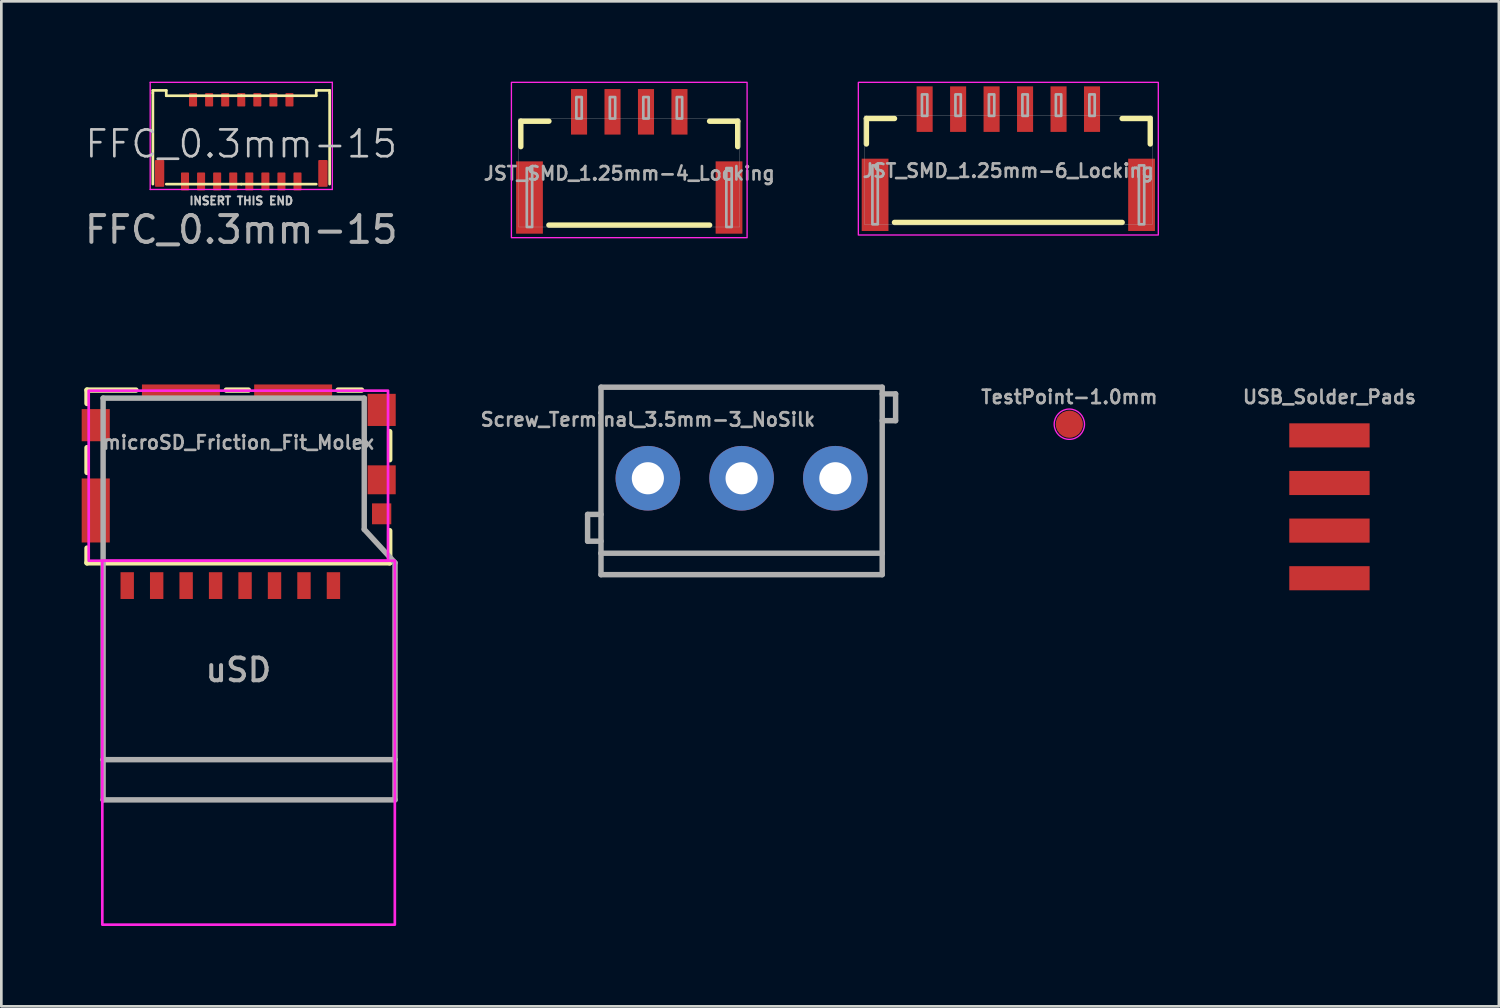
<source format=kicad_pcb>
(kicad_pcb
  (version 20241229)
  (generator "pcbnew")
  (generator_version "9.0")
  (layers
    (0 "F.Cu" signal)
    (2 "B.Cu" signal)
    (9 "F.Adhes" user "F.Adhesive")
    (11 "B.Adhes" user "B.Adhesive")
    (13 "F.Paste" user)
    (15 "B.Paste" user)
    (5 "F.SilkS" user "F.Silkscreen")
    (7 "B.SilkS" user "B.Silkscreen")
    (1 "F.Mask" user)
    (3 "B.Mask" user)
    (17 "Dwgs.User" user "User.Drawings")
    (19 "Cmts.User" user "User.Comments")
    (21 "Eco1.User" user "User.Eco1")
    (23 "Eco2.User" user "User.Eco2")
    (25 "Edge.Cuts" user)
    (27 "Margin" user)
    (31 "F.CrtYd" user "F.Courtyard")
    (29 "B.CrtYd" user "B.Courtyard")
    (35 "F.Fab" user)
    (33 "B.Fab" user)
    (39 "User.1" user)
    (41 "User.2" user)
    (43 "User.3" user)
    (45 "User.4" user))
  (footprint "Screw_Terminal_3.5mm-3_NoSilk"
    (layer "F.Cu")
    (at 21.14 14.807)
    (property "Reference" "Screw_Terminal_3.5mm-3_NoSilk" (at 0 -1.9 0) (layer "F.Fab") (effects (font (size 0.5 0.5) (thickness 0.1)) (justify bottom)))
    (fp_line (start -2.25 1.35) (end -2.25 2.35) (stroke (width 0.203) (type solid)) (layer "F.Fab"))
    (fp_line (start -2.25 2.35) (end -1.75 2.35) (stroke (width 0.203) (type solid)) (layer "F.Fab"))
    (fp_line (start -1.75 -3.4) (end 8.75 -3.4) (stroke (width 0.203) (type solid)) (layer "F.Fab"))
    (fp_line (start -1.75 1.35) (end -2.25 1.35) (stroke (width 0.203) (type solid)) (layer "F.Fab"))
    (fp_line (start -1.75 2.8) (end -1.75 -3.4) (stroke (width 0.203) (type solid)) (layer "F.Fab"))
    (fp_line (start -1.75 3.6) (end -1.75 2.8) (stroke (width 0.203) (type solid)) (layer "F.Fab"))
    (fp_line (start 8.75 -3.4) (end 8.75 2.8) (stroke (width 0.203) (type solid)) (layer "F.Fab"))
    (fp_line (start 8.75 -3.15) (end 9.25 -3.15) (stroke (width 0.203) (type solid)) (layer "F.Fab"))
    (fp_line (start 8.75 2.8) (end -1.75 2.8) (stroke (width 0.203) (type solid)) (layer "F.Fab"))
    (fp_line (start 8.75 2.8) (end 8.75 3.6) (stroke (width 0.203) (type solid)) (layer "F.Fab"))
    (fp_line (start 8.75 3.6) (end -1.75 3.6) (stroke (width 0.203) (type solid)) (layer "F.Fab"))
    (fp_line (start 9.25 -3.15) (end 9.25 -2.15) (stroke (width 0.203) (type solid)) (layer "F.Fab"))
    (fp_line (start 9.25 -2.15) (end 8.75 -2.15) (stroke (width 0.203) (type solid)) (layer "F.Fab"))
    (pad "1" thru_hole circle (at 0 0) (size 2.413 2.413) (drill 1.2) (layers "*.Cu" "*.Mask"))
    (pad "2" thru_hole circle (at 3.5 0) (size 2.413 2.413) (drill 1.2) (layers "*.Cu" "*.Mask"))
    (pad "3" thru_hole circle (at 7 0) (size 2.413 2.413) (drill 1.2) (layers "*.Cu" "*.Mask")))
  (footprint "microSD_Friction_Fit_Molex"
    (layer "F.Cu")
    (at 5.85 14.965)
    (property "Reference" "microSD_Friction_Fit_Molex" (at 0 -1.2 0) (layer "F.Fab") (effects (font (size 0.5 0.5) (thickness 0.1) (bold yes)) (justify bottom)))
    (fp_line (start -5.65 -3.45) (end -3.825 -3.45) (stroke (width 0.203) (type solid)) (layer "F.SilkS"))
    (fp_line (start -5.65 -2.95) (end -5.65 -3.45) (stroke (width 0.203) (type solid)) (layer "F.SilkS"))
    (fp_line (start -5.65 -0.375) (end -5.65 -1.3) (stroke (width 0.203) (type solid)) (layer "F.SilkS"))
    (fp_line (start -5.65 2.45) (end -5.65 3) (stroke (width 0.203) (type solid)) (layer "F.SilkS"))
    (fp_line (start -5.65 3) (end 5.65 3) (stroke (width 0.203) (type solid)) (layer "F.SilkS"))
    (fp_line (start 0.375 -3.45) (end -0.45 -3.45) (stroke (width 0.203) (type solid)) (layer "F.SilkS"))
    (fp_line (start 4.6 -3.45) (end 3.725 -3.45) (stroke (width 0.203) (type solid)) (layer "F.SilkS"))
    (fp_line (start 5.65 -0.85) (end 5.65 -1.9) (stroke (width 0.203) (type solid)) (layer "F.SilkS"))
    (fp_line (start 5.65 3) (end 5.65 1.8) (stroke (width 0.203) (type solid)) (layer "F.SilkS"))
    (fp_poly (pts (xy -5.588 2.921) (xy 5.588 2.921) (xy 5.588 -3.429) (xy -5.588 -3.429)) (stroke (width 0.1) (type solid)) (fill no) (layer "F.CrtYd"))
    (fp_poly (pts (xy -5.08 16.51) (xy 5.842 16.51) (xy 5.842 2.921) (xy -5.08 2.921)) (stroke (width 0.1) (type solid)) (fill no) (layer "F.CrtYd"))
    (fp_line (start -5.05 -3.15) (end -5.05 10.35) (stroke (width 0.203) (type solid)) (layer "F.Fab"))
    (fp_line (start -5.05 10.35) (end -5.05 11.85) (stroke (width 0.203) (type solid)) (layer "F.Fab"))
    (fp_line (start -5.05 10.35) (end 5.85 10.35) (stroke (width 0.203) (type solid)) (layer "F.Fab"))
    (fp_line (start -5.05 11.85) (end 5.85 11.85) (stroke (width 0.203) (type solid)) (layer "F.Fab"))
    (fp_line (start 4.7 -3.15) (end -5.05 -3.15) (stroke (width 0.203) (type solid)) (layer "F.Fab"))
    (fp_line (start 4.7 1.75) (end 4.7 -3.15) (stroke (width 0.203) (type solid)) (layer "F.Fab"))
    (fp_line (start 5.85 3) (end 4.7 1.75) (stroke (width 0.203) (type solid)) (layer "F.Fab"))
    (fp_line (start 5.85 10.35) (end 5.85 3) (stroke (width 0.203) (type solid)) (layer "F.Fab"))
    (fp_line (start 5.85 11.85) (end 5.85 10.35) (stroke (width 0.203) (type solid)) (layer "F.Fab"))
    (fp_text user "uSD" (at 0 7 0) (layer "F.Fab") (effects (font (size 0.85 0.85) (thickness 0.15))))
    (pad "1" smd rect (at 3.55 3.85 90) (size 1 0.5) (layers "F.Cu" "F.Mask" "F.Paste"))
    (pad "2" smd rect (at 2.45 3.85 90) (size 1 0.5) (layers "F.Cu" "F.Mask" "F.Paste"))
    (pad "3" smd rect (at 1.35 3.85 90) (size 1 0.5) (layers "F.Cu" "F.Mask" "F.Paste"))
    (pad "4" smd rect (at 0.25 3.85 90) (size 1 0.5) (layers "F.Cu" "F.Mask" "F.Paste"))
    (pad "5" smd rect (at -0.85 3.85 90) (size 1 0.5) (layers "F.Cu" "F.Mask" "F.Paste"))
    (pad "6" smd rect (at -1.95 3.85 90) (size 1 0.5) (layers "F.Cu" "F.Mask" "F.Paste"))
    (pad "7" smd rect (at -3.05 3.85 90) (size 1 0.5) (layers "F.Cu" "F.Mask" "F.Paste"))
    (pad "8" smd rect (at -4.15 3.85 90) (size 1 0.5) (layers "F.Cu" "F.Mask" "F.Paste"))
    (pad "9" smd rect (at 5.35 1.17 180) (size 0.72 0.78) (layers "F.Cu" "F.Mask" "F.Paste"))
    (pad "10" smd rect (at -5.325 -2.14 90) (size 1.2 1.05) (layers "F.Cu" "F.Mask" "F.Paste"))
    (pad "10" smd rect (at -5.325 1.045 90) (size 2.39 1.05) (layers "F.Cu" "F.Mask" "F.Paste"))
    (pad "10" smd rect (at -2.145 -3.385) (size 2.91 0.55) (layers "F.Cu" "F.Mask" "F.Paste"))
    (pad "10" smd rect (at 2.045 -3.385) (size 2.91 0.55) (layers "F.Cu" "F.Mask" "F.Paste"))
    (pad "10" smd rect (at 5.35 -2.71 90) (size 1.2 1.05) (layers "F.Cu" "F.Mask" "F.Paste"))
    (pad "10" smd rect (at 5.35 -0.1 90) (size 1.08 1.05) (layers "F.Cu" "F.Mask" "F.Paste"))
    (zone (net_name "") (layer "F.Cu") (hatch edge 0.5) (connect_pads) (min_thickness 0.25) (filled_areas_thickness no) (keepout (tracks not_allowed) (vias not_allowed) (pads not_allowed) (copperpour not_allowed) (footprints allowed)) (placement (enabled no)) (fill) (polygon (pts (xy 1.366 16.949) (xy 9.902 16.949) (xy 9.902 13.039) (xy 1.366 13.039))))
    (zone (net_name "") (layer "F.Cu") (hatch edge 0.5) (connect_pads) (min_thickness 0.25) (filled_areas_thickness no) (keepout (tracks not_allowed) (vias not_allowed) (pads not_allowed) (copperpour not_allowed) (footprints allowed)) (placement (enabled no)) (fill) (polygon (pts (xy 1.366 16.949) (xy 9.902 16.949) (xy 9.902 13.039) (xy 1.366 13.039)))))
  (footprint "TestPoint-1.0mm"
    (layer "F.Cu")
    (at 36.877 12.789)
    (property "Reference" "TestPoint-1.0mm" (at 0 -1.016 0) (layer "F.Fab") (effects (font (size 0.5 0.5) (thickness 0.1) (bold yes))))
    (fp_circle (center 0 0) (end -0.4 0.4) (stroke (width 0.05) (type default)) (fill no) (layer "F.CrtYd"))
    (pad "1" smd roundrect (at 0 0) (size 1.016 1.016) (layers "F.Cu" "F.Mask") (roundrect_rratio 0.5)))
  (footprint "JST_SMD_1.25mm-4_Locking"
    (layer "F.Cu")
    (at 20.445 4.425)
    (property "Reference" "JST_SMD_1.25mm-4_Locking" (at 0 -1 0) (layer "F.Fab") (effects (font (size 0.5 0.5) (thickness 0.1))))
    (fp_line (start -4.05 -2.95) (end -3 -2.95) (stroke (width 0.203) (type solid)) (layer "F.SilkS"))
    (fp_line (start -4.05 -2) (end -4.05 -2.95) (stroke (width 0.203) (type solid)) (layer "F.SilkS"))
    (fp_line (start -3 0.93) (end 3 0.93) (stroke (width 0.203) (type solid)) (layer "F.SilkS"))
    (fp_line (start 3 -2.95) (end 4.05 -2.95) (stroke (width 0.203) (type solid)) (layer "F.SilkS"))
    (fp_line (start 4.05 -2) (end 4.05 -2.95) (stroke (width 0.203) (type solid)) (layer "F.SilkS"))
    (fp_rect (start 4.4 1.4) (end -4.4 -4.4) (stroke (width 0.05) (type default)) (fill no) (layer "F.CrtYd"))
    (fp_line (start -4.125 -3.05) (end 4.125 -3.05) (stroke (width 0.01) (type solid)) (layer "F.Fab"))
    (fp_line (start -4.125 1) (end -4.125 -3.05) (stroke (width 0.01) (type solid)) (layer "F.Fab"))
    (fp_line (start 4.125 -3.05) (end 4.125 1) (stroke (width 0.01) (type solid)) (layer "F.Fab"))
    (fp_line (start 4.125 1) (end -4.125 1) (stroke (width 0.01) (type solid)) (layer "F.Fab"))
    (fp_poly (pts (xy -3.825 1) (xy -3.625 1) (xy -3.625 -1.2) (xy -3.825 -1.2)) (stroke (width 0.1) (type default)) (fill no) (layer "F.Fab"))
    (fp_poly (pts (xy -1.975 -3.05) (xy -1.775 -3.05) (xy -1.775 -3.85) (xy -1.975 -3.85)) (stroke (width 0.1) (type default)) (fill no) (layer "F.Fab"))
    (fp_poly (pts (xy -0.725 -3.05) (xy -0.525 -3.05) (xy -0.525 -3.85) (xy -0.725 -3.85)) (stroke (width 0.1) (type default)) (fill no) (layer "F.Fab"))
    (fp_poly (pts (xy 0.525 -3.05) (xy 0.725 -3.05) (xy 0.725 -3.85) (xy 0.525 -3.85)) (stroke (width 0.1) (type default)) (fill no) (layer "F.Fab"))
    (fp_poly (pts (xy 1.775 -3.05) (xy 1.975 -3.05) (xy 1.975 -3.85) (xy 1.775 -3.85)) (stroke (width 0.1) (type default)) (fill no) (layer "F.Fab"))
    (fp_poly (pts (xy 3.625 1) (xy 3.825 1) (xy 3.825 -1.2) (xy 3.625 -1.2)) (stroke (width 0.1) (type default)) (fill no) (layer "F.Fab"))
    (pad "1" smd rect (at -1.875 -3.3 180) (size 0.6 1.7) (layers "F.Cu" "F.Mask" "F.Paste"))
    (pad "2" smd rect (at -0.625 -3.3 180) (size 0.6 1.7) (layers "F.Cu" "F.Mask" "F.Paste"))
    (pad "3" smd rect (at 0.625 -3.3 180) (size 0.6 1.7) (layers "F.Cu" "F.Mask" "F.Paste"))
    (pad "4" smd rect (at 1.875 -3.3 180) (size 0.6 1.7) (layers "F.Cu" "F.Mask" "F.Paste"))
    (pad "NC1" smd rect (at 3.725 -0.1 270) (size 2.7 1) (layers "F.Cu" "F.Mask" "F.Paste"))
    (pad "NC2" smd rect (at -3.725 -0.1 270) (size 2.7 1) (layers "F.Cu" "F.Mask" "F.Paste")))
  (footprint "JST_SMD_1.25mm-6_Locking"
    (layer "F.Cu")
    (at 34.599 4.325)
    (property "Reference" "JST_SMD_1.25mm-6_Locking" (at 0 -1 0) (layer "F.Fab") (effects (font (size 0.5 0.5) (thickness 0.1))))
    (fp_line (start -5.3 -2.95) (end -4.25 -2.95) (stroke (width 0.203) (type solid)) (layer "F.SilkS"))
    (fp_line (start -5.3 -2) (end -5.3 -2.95) (stroke (width 0.203) (type solid)) (layer "F.SilkS"))
    (fp_line (start -4.25 0.93) (end 4.25 0.93) (stroke (width 0.203) (type solid)) (layer "F.SilkS"))
    (fp_line (start 4.25 -2.95) (end 5.3 -2.95) (stroke (width 0.203) (type solid)) (layer "F.SilkS"))
    (fp_line (start 5.3 -2) (end 5.3 -2.95) (stroke (width 0.203) (type solid)) (layer "F.SilkS"))
    (fp_rect (start 5.6 1.4) (end -5.6 -4.3) (stroke (width 0.05) (type default)) (fill no) (layer "F.CrtYd"))
    (fp_line (start -5.375 -3.05) (end 5.375 -3.05) (stroke (width 0.01) (type solid)) (layer "F.Fab"))
    (fp_line (start -5.375 1) (end -5.375 -3.05) (stroke (width 0.01) (type solid)) (layer "F.Fab"))
    (fp_line (start 5.375 -3.05) (end 5.375 1) (stroke (width 0.01) (type solid)) (layer "F.Fab"))
    (fp_line (start 5.375 1) (end -5.375 1) (stroke (width 0.01) (type solid)) (layer "F.Fab"))
    (fp_poly (pts (xy -5.075 1) (xy -4.875 1) (xy -4.875 -1.2) (xy -5.075 -1.2)) (stroke (width 0.1) (type default)) (fill no) (layer "F.Fab"))
    (fp_poly (pts (xy -3.225 -3.05) (xy -3.025 -3.05) (xy -3.025 -3.85) (xy -3.225 -3.85)) (stroke (width 0.1) (type default)) (fill no) (layer "F.Fab"))
    (fp_poly (pts (xy -1.975 -3.05) (xy -1.775 -3.05) (xy -1.775 -3.85) (xy -1.975 -3.85)) (stroke (width 0.1) (type default)) (fill no) (layer "F.Fab"))
    (fp_poly (pts (xy -0.725 -3.05) (xy -0.525 -3.05) (xy -0.525 -3.85) (xy -0.725 -3.85)) (stroke (width 0.1) (type default)) (fill no) (layer "F.Fab"))
    (fp_poly (pts (xy 0.525 -3.05) (xy 0.725 -3.05) (xy 0.725 -3.85) (xy 0.525 -3.85)) (stroke (width 0.1) (type default)) (fill no) (layer "F.Fab"))
    (fp_poly (pts (xy 1.775 -3.05) (xy 1.975 -3.05) (xy 1.975 -3.85) (xy 1.775 -3.85)) (stroke (width 0.1) (type default)) (fill no) (layer "F.Fab"))
    (fp_poly (pts (xy 3.025 -3.05) (xy 3.225 -3.05) (xy 3.225 -3.85) (xy 3.025 -3.85)) (stroke (width 0.1) (type default)) (fill no) (layer "F.Fab"))
    (fp_poly (pts (xy 4.875 1) (xy 5.075 1) (xy 5.075 -1.2) (xy 4.875 -1.2)) (stroke (width 0.1) (type default)) (fill no) (layer "F.Fab"))
    (fp_line (start -4.25 -1.95) (end -4.25 3.93) (stroke (width 0.1) (type default)) (layer "User.1"))
    (fp_line (start -4.25 -1.95) (end 4.25 -1.95) (stroke (width 0.1) (type default)) (layer "User.1"))
    (fp_line (start -4.25 3.93) (end 4.25 3.93) (stroke (width 0.1) (type default)) (layer "User.1"))
    (fp_line (start 4.25 3.93) (end 4.25 -1.95) (stroke (width 0.1) (type default)) (layer "User.1"))
    (fp_text user "Connector" (at 0 3.048 0) (unlocked yes) (layer "User.1") (effects (font (size 0.5 0.5) (thickness 0.1) (bold yes))))
    (fp_text user "Mating" (at 0 2.032 0) (unlocked yes) (layer "User.1") (effects (font (size 0.5 0.5) (thickness 0.1) (bold yes))))
    (pad "1" smd rect (at -3.125 -3.3 180) (size 0.6 1.7) (layers "F.Cu" "F.Mask" "F.Paste"))
    (pad "2" smd rect (at -1.875 -3.3 180) (size 0.6 1.7) (layers "F.Cu" "F.Mask" "F.Paste"))
    (pad "3" smd rect (at -0.625 -3.3 180) (size 0.6 1.7) (layers "F.Cu" "F.Mask" "F.Paste"))
    (pad "4" smd rect (at 0.625 -3.3 180) (size 0.6 1.7) (layers "F.Cu" "F.Mask" "F.Paste"))
    (pad "5" smd rect (at 1.875 -3.3 180) (size 0.6 1.7) (layers "F.Cu" "F.Mask" "F.Paste"))
    (pad "6" smd rect (at 3.125 -3.3 180) (size 0.6 1.7) (layers "F.Cu" "F.Mask" "F.Paste"))
    (pad "NC1" smd rect (at 4.975 -0.1 270) (size 2.7 1) (layers "F.Cu" "F.Mask" "F.Paste"))
    (pad "NC2" smd rect (at -4.975 -0.1 270) (size 2.7 1) (layers "F.Cu" "F.Mask" "F.Paste")))
  (footprint "FFC_0.3mm-15"
    (layer "F.Cu")
    (at 5.958 2.325)
    (property "Reference" "FFC_0.3mm-15" (at 0 0 0) (unlocked yes) (layer "Dwgs.User") (effects (font (size 1 1) (thickness 0.1))))
    (attr smd)
    (fp_line (start -3.3 -2) (end -3.3 -1.9) (stroke (width 0.1) (type default)) (layer "F.SilkS"))
    (fp_line (start -3.3 1.5) (end -3.3 -1.9) (stroke (width 0.1) (type default)) (layer "F.SilkS"))
    (fp_line (start -2.8 -2) (end -3.3 -2) (stroke (width 0.1) (type default)) (layer "F.SilkS"))
    (fp_line (start -2.8 -1.8) (end -2.8 -2) (stroke (width 0.1) (type default)) (layer "F.SilkS"))
    (fp_line (start 0 -1.8) (end -2.8 -1.8) (stroke (width 0.1) (type default)) (layer "F.SilkS"))
    (fp_line (start 0 -1.8) (end 2.8 -1.8) (stroke (width 0.1) (type default)) (layer "F.SilkS"))
    (fp_line (start 0 1.5) (end -2.8 1.5) (stroke (width 0.1) (type default)) (layer "F.SilkS"))
    (fp_line (start 0 1.5) (end 2.8 1.5) (stroke (width 0.1) (type default)) (layer "F.SilkS"))
    (fp_line (start 2.8 -2) (end 3.3 -2) (stroke (width 0.1) (type default)) (layer "F.SilkS"))
    (fp_line (start 2.8 -1.8) (end 2.8 -2) (stroke (width 0.1) (type default)) (layer "F.SilkS"))
    (fp_line (start 3.3 -2) (end 3.3 -1.9) (stroke (width 0.1) (type default)) (layer "F.SilkS"))
    (fp_line (start 3.3 -1.9) (end 3.3 1.5) (stroke (width 0.1) (type default)) (layer "F.SilkS"))
    (fp_line (start -3.4 -2.3) (end 3.4 -2.3) (stroke (width 0.05) (type default)) (layer "F.CrtYd"))
    (fp_line (start -3.4 1.7) (end -3.4 -2.3) (stroke (width 0.05) (type default)) (layer "F.CrtYd"))
    (fp_line (start 3.4 -2.3) (end 3.4 1.7) (stroke (width 0.05) (type default)) (layer "F.CrtYd"))
    (fp_line (start 3.4 1.7) (end -3.4 1.7) (stroke (width 0.05) (type default)) (layer "F.CrtYd"))
    (fp_text user "INSERT THIS END" (at 0 2.3 0) (unlocked yes) (layer "Dwgs.User") (effects (font (size 0.3 0.3) (thickness 0.075)) (justify bottom)))
    (fp_text user "${REFERENCE}" (at 0 3.2 0) (unlocked yes) (layer "F.Fab") (effects (font (size 1 1) (thickness 0.15))))
    (pad "1" smd roundrect (at -2.1 1.4) (size 0.3 0.67) (layers "F.Cu" "F.Mask" "F.Paste") (roundrect_rratio 0.1))
    (pad "2" smd roundrect (at -1.8 -1.65) (size 0.3 0.5) (layers "F.Cu" "F.Mask" "F.Paste") (roundrect_rratio 0.1))
    (pad "3" smd roundrect (at -1.5 1.4) (size 0.3 0.67) (layers "F.Cu" "F.Mask" "F.Paste") (roundrect_rratio 0.1))
    (pad "4" smd roundrect (at -1.2 -1.65) (size 0.3 0.5) (layers "F.Cu" "F.Mask" "F.Paste") (roundrect_rratio 0.1))
    (pad "5" smd roundrect (at -0.9 1.4) (size 0.3 0.67) (layers "F.Cu" "F.Mask" "F.Paste") (roundrect_rratio 0.1))
    (pad "6" smd roundrect (at -0.6 -1.65) (size 0.3 0.5) (layers "F.Cu" "F.Mask" "F.Paste") (roundrect_rratio 0.1))
    (pad "7" smd roundrect (at -0.3 1.4) (size 0.3 0.67) (layers "F.Cu" "F.Mask" "F.Paste") (roundrect_rratio 0.1))
    (pad "8" smd roundrect (at 0 -1.65) (size 0.3 0.5) (layers "F.Cu" "F.Mask" "F.Paste") (roundrect_rratio 0.1))
    (pad "9" smd roundrect (at 0.3 1.4) (size 0.3 0.67) (layers "F.Cu" "F.Mask" "F.Paste") (roundrect_rratio 0.1))
    (pad "10" smd roundrect (at 0.6 -1.65) (size 0.3 0.5) (layers "F.Cu" "F.Mask" "F.Paste") (roundrect_rratio 0.1))
    (pad "11" smd roundrect (at 0.9 1.4) (size 0.3 0.67) (layers "F.Cu" "F.Mask" "F.Paste") (roundrect_rratio 0.1))
    (pad "12" smd roundrect (at 1.2 -1.65) (size 0.3 0.5) (layers "F.Cu" "F.Mask" "F.Paste") (roundrect_rratio 0.1))
    (pad "13" smd roundrect (at 1.5 1.4) (size 0.3 0.67) (layers "F.Cu" "F.Mask" "F.Paste") (roundrect_rratio 0.1))
    (pad "14" smd roundrect (at 1.8 -1.65) (size 0.3 0.5) (layers "F.Cu" "F.Mask" "F.Paste") (roundrect_rratio 0.1))
    (pad "15" smd roundrect (at 2.1 1.4) (size 0.3 0.67) (layers "F.Cu" "F.Mask" "F.Paste") (roundrect_rratio 0.1))
    (pad "GND" smd roundrect (at -3.05 1.1) (size 0.35 1) (layers "F.Cu" "F.Mask" "F.Paste") (roundrect_rratio 0.1))
    (pad "GND" smd roundrect (at 3.05 1.1) (size 0.35 1) (layers "F.Cu" "F.Mask" "F.Paste") (roundrect_rratio 0.1)))
  (footprint "USB_Solder_Pads"
    (layer "F.Cu")
    (at 46.589 15.873)
    (property "Reference" "USB_Solder_Pads" (at 0 -4.1 0) (layer "F.Fab") (effects (font (size 0.5 0.5) (thickness 0.1) (bold yes))))
    (pad "D+" smd rect (at 0 0.889) (size 3 0.9) (layers "F.Cu" "F.Mask"))
    (pad "D-" smd rect (at 0 -0.889) (size 3 0.9) (layers "F.Cu" "F.Mask"))
    (pad "GND" smd rect (at 0 2.667) (size 3 0.9) (layers "F.Cu" "F.Mask"))
    (pad "VBUS" smd rect (at 0 -2.667) (size 3 0.9) (layers "F.Cu" "F.Mask")))
  (gr_rect
    (start -3 -3)
    (end 52.915 34.525)
    (stroke (width 0.1) (type default))
    (fill no)
    (layer "Edge.Cuts")))
</source>
